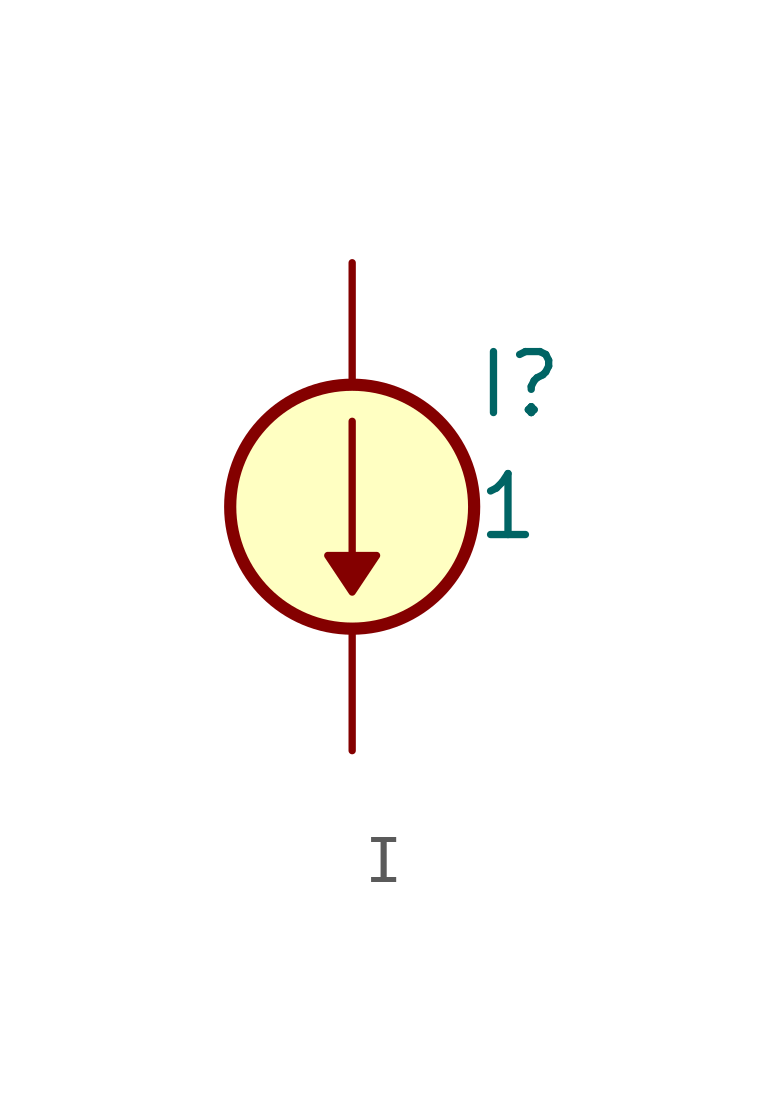
<source format=kicad_sym>
(kicad_symbol_lib
  (version 20231120)
  (generator "kicad_symbol_editor")
  (generator_version "8.0")
  (symbol "I"
    (pin_numbers hide)
    (property "Reference" "I"
      (at 2.54 2.54 0)
      (effects (font (size 1.27 1.27)) (justify left)))
    (property "Value" "1"
      (at 2.54 0 0)
      (effects (font (size 1.27 1.27)) (justify left)))
    (symbol "I_0_0"
      (polyline (pts (xy 0.508 -1.016) (xy 0 -1.778) (xy -0.508 -1.016) (xy 0.508 -1.016)) (stroke (width 0.152) (type default)) (fill (type outline))))
    (symbol "I_0_1"
      (polyline (pts (xy 0 1.778) (xy 0 -1.016)) (stroke (width 0) (type default)) (fill (type none)))
      (circle (center 0 0) (radius 2.54) (stroke (width 0.254) (type default)) (fill (type background))))
    (symbol "I_1_1"
      (pin passive line (at 0 5.08 270) (length 2.54) (name "~" (effects (font (size 1.27 1.27)))) (number "1" (effects (font (size 1.27 1.27)))))
      (pin passive line (at 0 -5.08 90) (length 2.54) (name "~" (effects (font (size 1.27 1.27)))) (number "2" (effects (font (size 1.27 1.27))))))))
</source>
